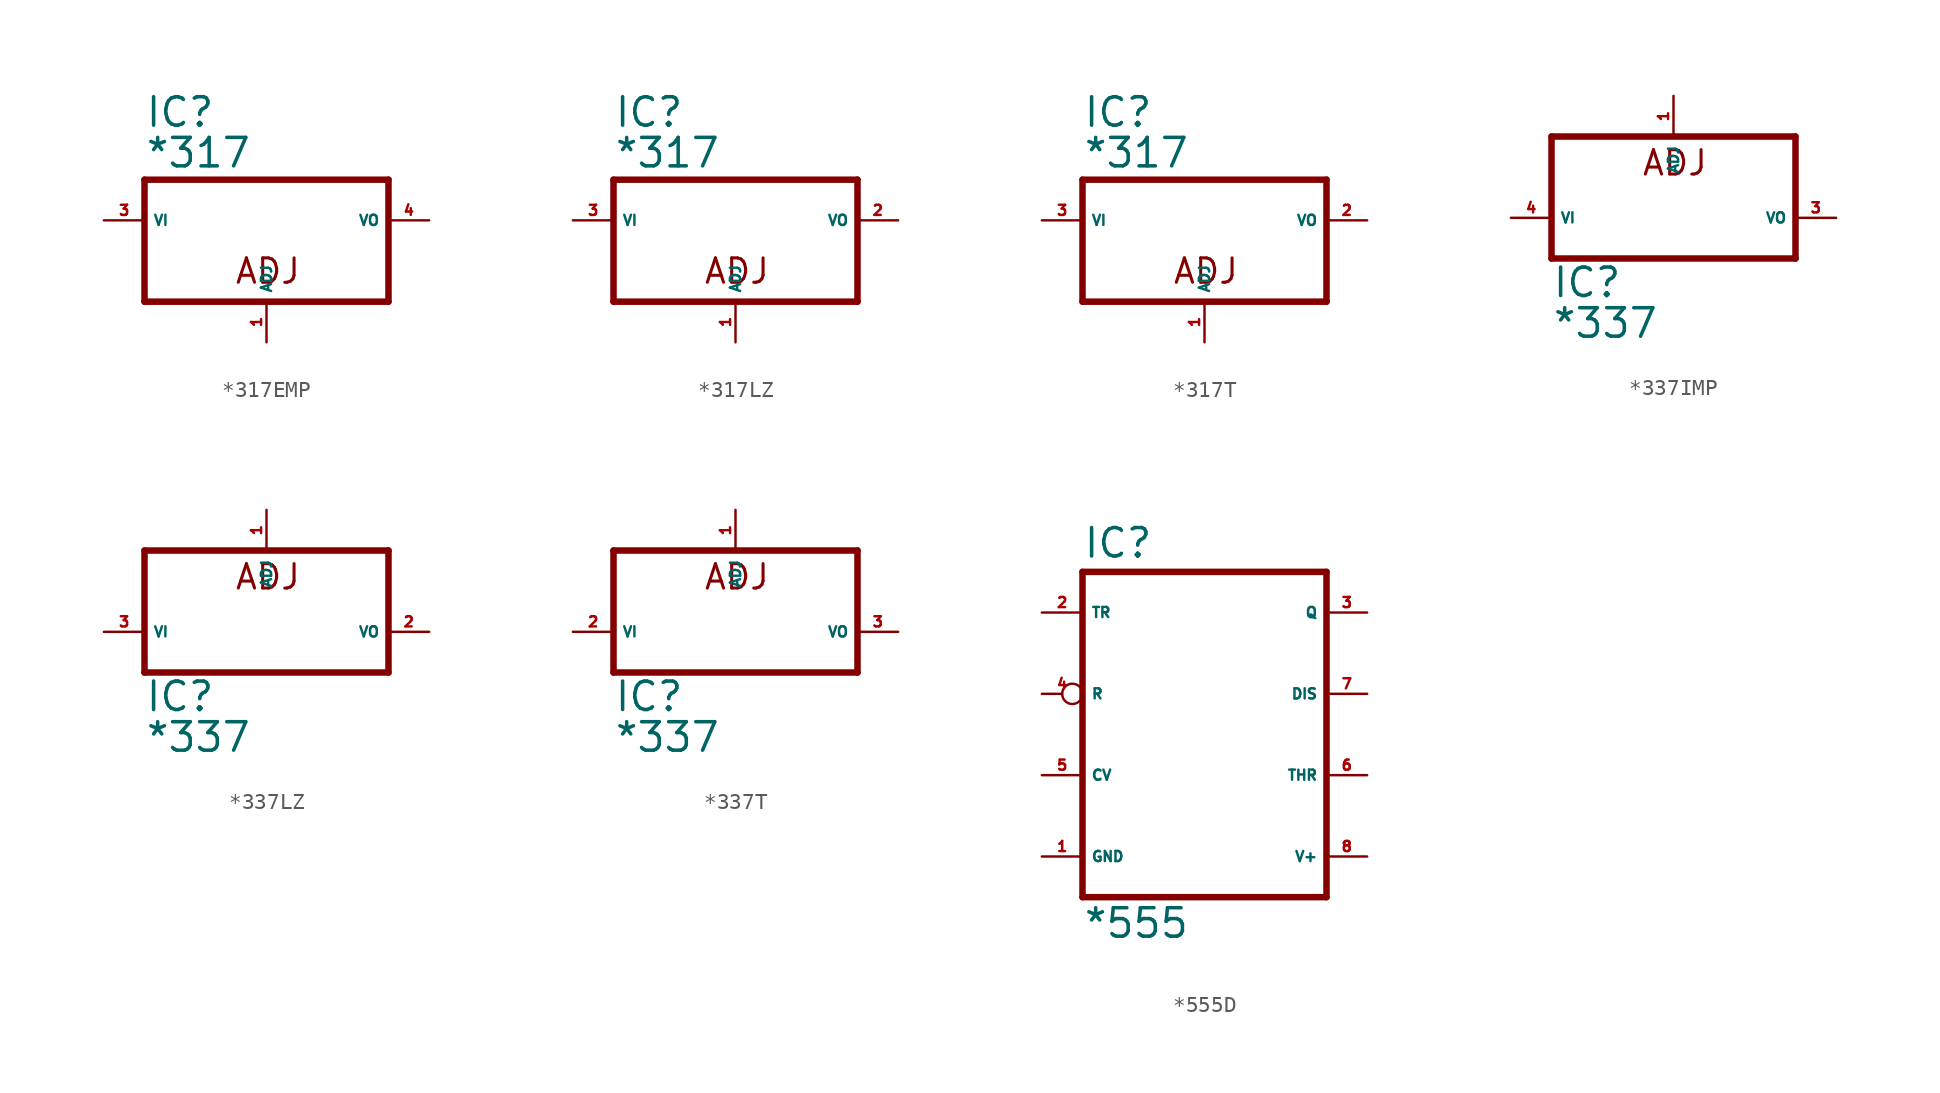
<source format=kicad_sym>
(kicad_symbol_lib
  (version 20220914)
  (generator Eagle2Kicad)
  (symbol "*317EMP"
    (property "Reference" "IC"
      (at -7.62 8.255 0)
      (effects (font (size 1.778 1.778) (thickness 0.22)) (justify left bottom)))
    (property "Value" "*317"
      (at -7.62 5.715 0)
      (effects (font (size 1.778 1.778) (thickness 0.22)) (justify left bottom)))
    (polyline
      (pts (xy -7.62 -2.54) (xy 7.62 -2.54))
      (stroke (width 0.406) (type default))
      (fill (type none)))
    (polyline
      (pts (xy 7.62 -2.54) (xy 7.62 5.08))
      (stroke (width 0.406) (type default))
      (fill (type none)))
    (polyline
      (pts (xy 7.62 5.08) (xy -7.62 5.08))
      (stroke (width 0.406) (type default))
      (fill (type none)))
    (polyline
      (pts (xy -7.62 5.08) (xy -7.62 -2.54))
      (stroke (width 0.406) (type default))
      (fill (type none)))
    (text "ADJ"
      (at -2.032 -1.524 0)
      (effects (font (size 1.524 1.524) (thickness 0.19)) (justify left bottom)))
    (pin input line
      (at -10.16 2.54 0)
      (length 2.54)
      (name "VI" (effects (font (size 0.635 0.635) (thickness 0.08)) (justify left bottom)))
      (number "3" (effects (font (size 0.635 0.635) (thickness 0.08)) (justify left bottom))))
    (pin input line
      (at 0 -5.08 90)
      (length 2.54)
      (name "ADJ" (effects (font (size 0.635 0.635) (thickness 0.08)) (justify left bottom)))
      (number "1" (effects (font (size 0.635 0.635) (thickness 0.08)) (justify left bottom))))
    (pin passive line
      (at 10.16 2.54 180)
      (length 2.54)
      (name "VO" (effects (font (size 0.635 0.635) (thickness 0.08)) (justify left bottom)))
      (number "4" (effects (font (size 0.635 0.635) (thickness 0.08)) (justify left bottom)))))
  (symbol "*317LZ"
    (property "Reference" "IC"
      (at -7.62 8.255 0)
      (effects (font (size 1.778 1.778) (thickness 0.22)) (justify left bottom)))
    (property "Value" "*317"
      (at -7.62 5.715 0)
      (effects (font (size 1.778 1.778) (thickness 0.22)) (justify left bottom)))
    (polyline
      (pts (xy -7.62 -2.54) (xy 7.62 -2.54))
      (stroke (width 0.406) (type default))
      (fill (type none)))
    (polyline
      (pts (xy 7.62 -2.54) (xy 7.62 5.08))
      (stroke (width 0.406) (type default))
      (fill (type none)))
    (polyline
      (pts (xy 7.62 5.08) (xy -7.62 5.08))
      (stroke (width 0.406) (type default))
      (fill (type none)))
    (polyline
      (pts (xy -7.62 5.08) (xy -7.62 -2.54))
      (stroke (width 0.406) (type default))
      (fill (type none)))
    (text "ADJ"
      (at -2.032 -1.524 0)
      (effects (font (size 1.524 1.524) (thickness 0.19)) (justify left bottom)))
    (pin input line
      (at -10.16 2.54 0)
      (length 2.54)
      (name "VI" (effects (font (size 0.635 0.635) (thickness 0.08)) (justify left bottom)))
      (number "3" (effects (font (size 0.635 0.635) (thickness 0.08)) (justify left bottom))))
    (pin input line
      (at 0 -5.08 90)
      (length 2.54)
      (name "ADJ" (effects (font (size 0.635 0.635) (thickness 0.08)) (justify left bottom)))
      (number "1" (effects (font (size 0.635 0.635) (thickness 0.08)) (justify left bottom))))
    (pin passive line
      (at 10.16 2.54 180)
      (length 2.54)
      (name "VO" (effects (font (size 0.635 0.635) (thickness 0.08)) (justify left bottom)))
      (number "2" (effects (font (size 0.635 0.635) (thickness 0.08)) (justify left bottom)))))
  (symbol "*317T"
    (property "Reference" "IC"
      (at -7.62 8.255 0)
      (effects (font (size 1.778 1.778) (thickness 0.22)) (justify left bottom)))
    (property "Value" "*317"
      (at -7.62 5.715 0)
      (effects (font (size 1.778 1.778) (thickness 0.22)) (justify left bottom)))
    (polyline
      (pts (xy -7.62 -2.54) (xy 7.62 -2.54))
      (stroke (width 0.406) (type default))
      (fill (type none)))
    (polyline
      (pts (xy 7.62 -2.54) (xy 7.62 5.08))
      (stroke (width 0.406) (type default))
      (fill (type none)))
    (polyline
      (pts (xy 7.62 5.08) (xy -7.62 5.08))
      (stroke (width 0.406) (type default))
      (fill (type none)))
    (polyline
      (pts (xy -7.62 5.08) (xy -7.62 -2.54))
      (stroke (width 0.406) (type default))
      (fill (type none)))
    (text "ADJ"
      (at -2.032 -1.524 0)
      (effects (font (size 1.524 1.524) (thickness 0.19)) (justify left bottom)))
    (pin input line
      (at -10.16 2.54 0)
      (length 2.54)
      (name "VI" (effects (font (size 0.635 0.635) (thickness 0.08)) (justify left bottom)))
      (number "3" (effects (font (size 0.635 0.635) (thickness 0.08)) (justify left bottom))))
    (pin input line
      (at 0 -5.08 90)
      (length 2.54)
      (name "ADJ" (effects (font (size 0.635 0.635) (thickness 0.08)) (justify left bottom)))
      (number "1" (effects (font (size 0.635 0.635) (thickness 0.08)) (justify left bottom))))
    (pin passive line
      (at 10.16 2.54 180)
      (length 2.54)
      (name "VO" (effects (font (size 0.635 0.635) (thickness 0.08)) (justify left bottom)))
      (number "2" (effects (font (size 0.635 0.635) (thickness 0.08)) (justify left bottom)))))
  (symbol "*337IMP"
    (property "Reference" "IC"
      (at -7.62 -5.08 0)
      (effects (font (size 1.778 1.778) (thickness 0.22)) (justify left bottom)))
    (property "Value" "*337"
      (at -7.62 -7.62 0)
      (effects (font (size 1.778 1.778) (thickness 0.22)) (justify left bottom)))
    (polyline
      (pts (xy -7.62 -2.54) (xy 7.62 -2.54))
      (stroke (width 0.406) (type default))
      (fill (type none)))
    (polyline
      (pts (xy 7.62 -2.54) (xy 7.62 5.08))
      (stroke (width 0.406) (type default))
      (fill (type none)))
    (polyline
      (pts (xy 7.62 5.08) (xy -7.62 5.08))
      (stroke (width 0.406) (type default))
      (fill (type none)))
    (polyline
      (pts (xy -7.62 5.08) (xy -7.62 -2.54))
      (stroke (width 0.406) (type default))
      (fill (type none)))
    (text "ADJ"
      (at -2.032 2.54 0)
      (effects (font (size 1.524 1.524) (thickness 0.19)) (justify left bottom)))
    (pin input line
      (at -10.16 0 0)
      (length 2.54)
      (name "VI" (effects (font (size 0.635 0.635) (thickness 0.08)) (justify left bottom)))
      (number "4" (effects (font (size 0.635 0.635) (thickness 0.08)) (justify left bottom))))
    (pin input line
      (at 0 7.62 270)
      (length 2.54)
      (name "ADJ" (effects (font (size 0.635 0.635) (thickness 0.08)) (justify left bottom)))
      (number "1" (effects (font (size 0.635 0.635) (thickness 0.08)) (justify left bottom))))
    (pin passive line
      (at 10.16 0 180)
      (length 2.54)
      (name "VO" (effects (font (size 0.635 0.635) (thickness 0.08)) (justify left bottom)))
      (number "3" (effects (font (size 0.635 0.635) (thickness 0.08)) (justify left bottom)))))
  (symbol "*337LZ"
    (property "Reference" "IC"
      (at -7.62 -5.08 0)
      (effects (font (size 1.778 1.778) (thickness 0.22)) (justify left bottom)))
    (property "Value" "*337"
      (at -7.62 -7.62 0)
      (effects (font (size 1.778 1.778) (thickness 0.22)) (justify left bottom)))
    (polyline
      (pts (xy -7.62 -2.54) (xy 7.62 -2.54))
      (stroke (width 0.406) (type default))
      (fill (type none)))
    (polyline
      (pts (xy 7.62 -2.54) (xy 7.62 5.08))
      (stroke (width 0.406) (type default))
      (fill (type none)))
    (polyline
      (pts (xy 7.62 5.08) (xy -7.62 5.08))
      (stroke (width 0.406) (type default))
      (fill (type none)))
    (polyline
      (pts (xy -7.62 5.08) (xy -7.62 -2.54))
      (stroke (width 0.406) (type default))
      (fill (type none)))
    (text "ADJ"
      (at -2.032 2.54 0)
      (effects (font (size 1.524 1.524) (thickness 0.19)) (justify left bottom)))
    (pin input line
      (at -10.16 0 0)
      (length 2.54)
      (name "VI" (effects (font (size 0.635 0.635) (thickness 0.08)) (justify left bottom)))
      (number "3" (effects (font (size 0.635 0.635) (thickness 0.08)) (justify left bottom))))
    (pin input line
      (at 0 7.62 270)
      (length 2.54)
      (name "ADJ" (effects (font (size 0.635 0.635) (thickness 0.08)) (justify left bottom)))
      (number "1" (effects (font (size 0.635 0.635) (thickness 0.08)) (justify left bottom))))
    (pin passive line
      (at 10.16 0 180)
      (length 2.54)
      (name "VO" (effects (font (size 0.635 0.635) (thickness 0.08)) (justify left bottom)))
      (number "2" (effects (font (size 0.635 0.635) (thickness 0.08)) (justify left bottom)))))
  (symbol "*337T"
    (property "Reference" "IC"
      (at -7.62 -5.08 0)
      (effects (font (size 1.778 1.778) (thickness 0.22)) (justify left bottom)))
    (property "Value" "*337"
      (at -7.62 -7.62 0)
      (effects (font (size 1.778 1.778) (thickness 0.22)) (justify left bottom)))
    (polyline
      (pts (xy -7.62 -2.54) (xy 7.62 -2.54))
      (stroke (width 0.406) (type default))
      (fill (type none)))
    (polyline
      (pts (xy 7.62 -2.54) (xy 7.62 5.08))
      (stroke (width 0.406) (type default))
      (fill (type none)))
    (polyline
      (pts (xy 7.62 5.08) (xy -7.62 5.08))
      (stroke (width 0.406) (type default))
      (fill (type none)))
    (polyline
      (pts (xy -7.62 5.08) (xy -7.62 -2.54))
      (stroke (width 0.406) (type default))
      (fill (type none)))
    (text "ADJ"
      (at -2.032 2.54 0)
      (effects (font (size 1.524 1.524) (thickness 0.19)) (justify left bottom)))
    (pin input line
      (at -10.16 0 0)
      (length 2.54)
      (name "VI" (effects (font (size 0.635 0.635) (thickness 0.08)) (justify left bottom)))
      (number "2" (effects (font (size 0.635 0.635) (thickness 0.08)) (justify left bottom))))
    (pin input line
      (at 0 7.62 270)
      (length 2.54)
      (name "ADJ" (effects (font (size 0.635 0.635) (thickness 0.08)) (justify left bottom)))
      (number "1" (effects (font (size 0.635 0.635) (thickness 0.08)) (justify left bottom))))
    (pin passive line
      (at 10.16 0 180)
      (length 2.54)
      (name "VO" (effects (font (size 0.635 0.635) (thickness 0.08)) (justify left bottom)))
      (number "3" (effects (font (size 0.635 0.635) (thickness 0.08)) (justify left bottom)))))
  (symbol "*555D"
    (property "Reference" "IC"
      (at -7.62 10.922 0)
      (effects (font (size 1.778 1.778) (thickness 0.22)) (justify left bottom)))
    (property "Value" "*555"
      (at -7.62 -12.827 0)
      (effects (font (size 1.778 1.778) (thickness 0.22)) (justify left bottom)))
    (polyline
      (pts (xy -7.62 -10.16) (xy 7.62 -10.16))
      (stroke (width 0.406) (type default))
      (fill (type none)))
    (polyline
      (pts (xy 7.62 -10.16) (xy 7.62 10.16))
      (stroke (width 0.406) (type default))
      (fill (type none)))
    (polyline
      (pts (xy 7.62 10.16) (xy -7.62 10.16))
      (stroke (width 0.406) (type default))
      (fill (type none)))
    (polyline
      (pts (xy -7.62 10.16) (xy -7.62 -10.16))
      (stroke (width 0.406) (type default))
      (fill (type none)))
    (pin input line
      (at -10.16 7.62 0)
      (length 2.54)
      (name "TR" (effects (font (size 0.635 0.635) (thickness 0.08)) (justify left bottom)))
      (number "2" (effects (font (size 0.635 0.635) (thickness 0.08)) (justify left bottom))))
    (pin output line
      (at 10.16 7.62 180)
      (length 2.54)
      (name "Q" (effects (font (size 0.635 0.635) (thickness 0.08)) (justify left bottom)))
      (number "3" (effects (font (size 0.635 0.635) (thickness 0.08)) (justify left bottom))))
    (pin input inverted
      (at -10.16 2.54 0)
      (length 2.54)
      (name "R" (effects (font (size 0.635 0.635) (thickness 0.08)) (justify left bottom)))
      (number "4" (effects (font (size 0.635 0.635) (thickness 0.08)) (justify left bottom))))
    (pin input line
      (at -10.16 -2.54 0)
      (length 2.54)
      (name "CV" (effects (font (size 0.635 0.635) (thickness 0.08)) (justify left bottom)))
      (number "5" (effects (font (size 0.635 0.635) (thickness 0.08)) (justify left bottom))))
    (pin input line
      (at 10.16 -2.54 180)
      (length 2.54)
      (name "THR" (effects (font (size 0.635 0.635) (thickness 0.08)) (justify left bottom)))
      (number "6" (effects (font (size 0.635 0.635) (thickness 0.08)) (justify left bottom))))
    (pin input line
      (at 10.16 2.54 180)
      (length 2.54)
      (name "DIS" (effects (font (size 0.635 0.635) (thickness 0.08)) (justify left bottom)))
      (number "7" (effects (font (size 0.635 0.635) (thickness 0.08)) (justify left bottom))))
    (pin unspecified line
      (at 10.16 -7.62 180)
      (length 2.54)
      (name "V+" (effects (font (size 0.635 0.635) (thickness 0.08)) (justify left bottom)))
      (number "8" (effects (font (size 0.635 0.635) (thickness 0.08)) (justify left bottom))))
    (pin unspecified line
      (at -10.16 -7.62 0)
      (length 2.54)
      (name "GND" (effects (font (size 0.635 0.635) (thickness 0.08)) (justify left bottom)))
      (number "1" (effects (font (size 0.635 0.635) (thickness 0.08)) (justify left bottom))))))
</source>
